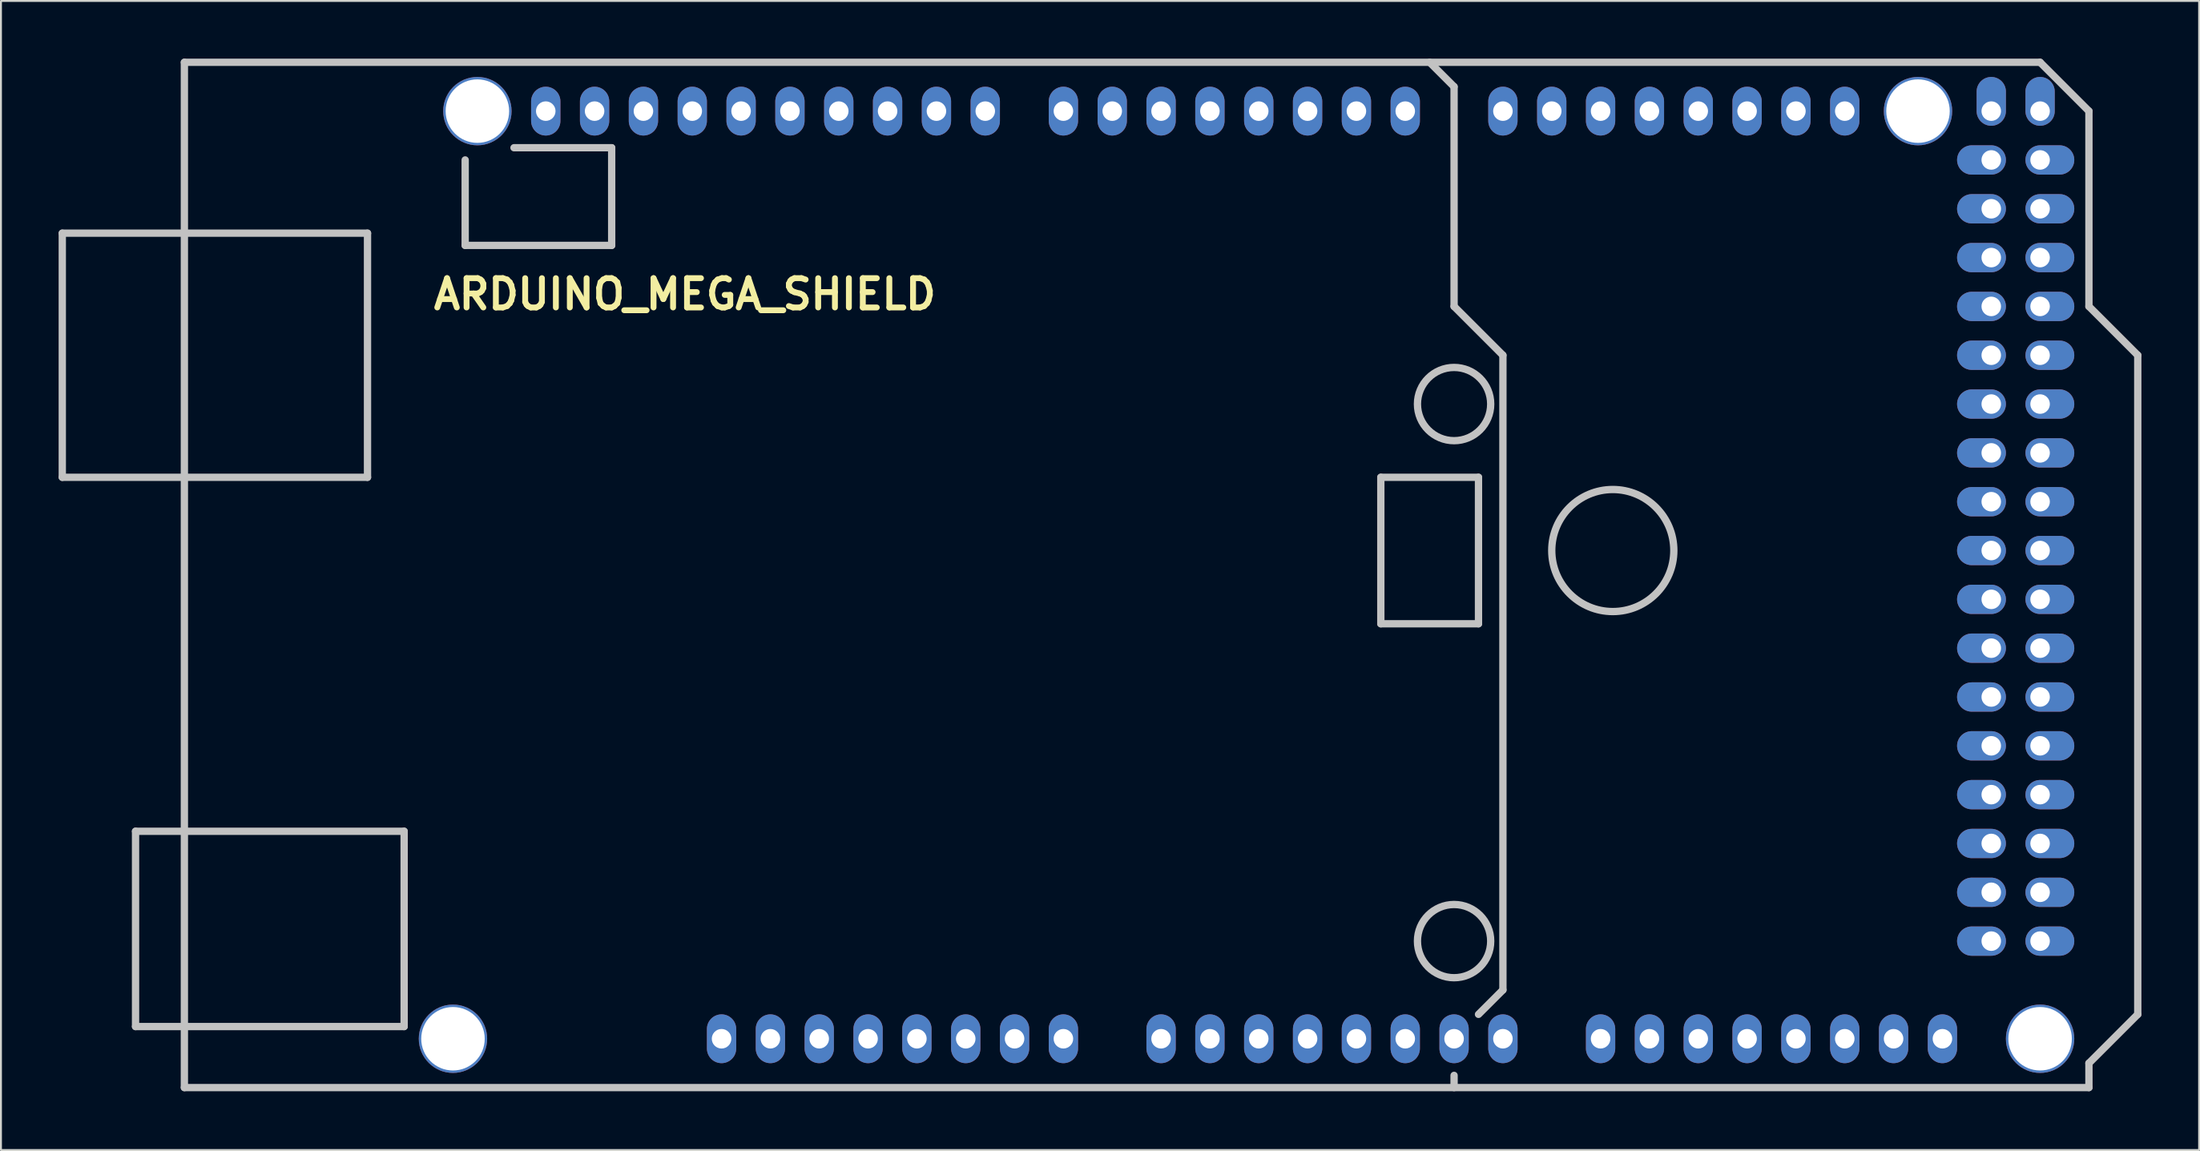
<source format=kicad_pcb>
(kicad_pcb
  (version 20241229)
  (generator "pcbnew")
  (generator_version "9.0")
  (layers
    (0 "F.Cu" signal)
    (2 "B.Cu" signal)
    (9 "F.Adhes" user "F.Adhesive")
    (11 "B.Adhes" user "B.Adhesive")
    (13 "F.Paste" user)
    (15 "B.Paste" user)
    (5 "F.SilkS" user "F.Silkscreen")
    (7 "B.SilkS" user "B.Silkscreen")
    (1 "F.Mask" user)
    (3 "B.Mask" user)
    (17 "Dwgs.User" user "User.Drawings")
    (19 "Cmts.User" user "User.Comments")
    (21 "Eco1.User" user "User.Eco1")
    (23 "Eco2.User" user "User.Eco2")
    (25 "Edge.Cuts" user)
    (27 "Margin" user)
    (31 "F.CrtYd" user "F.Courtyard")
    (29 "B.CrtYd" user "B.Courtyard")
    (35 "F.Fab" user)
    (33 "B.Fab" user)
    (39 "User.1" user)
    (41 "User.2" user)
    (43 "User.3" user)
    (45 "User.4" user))
  (footprint "ARDUINO_MEGA_SHIELD"
    (layer "F.Cu")
    (at 6.54 53.531)
    (property "Reference" "ARDUINO_MEGA_SHIELD" (at 26.035 -41.275 0) (layer "F.SilkS") (effects (font (size 1.524 1.524) (thickness 0.305))))
    (attr through_hole)
    (fp_line (start -6.35 -44.45) (end 9.525 -44.45) (stroke (width 0.381) (type solid)) (layer "Dwgs.User"))
    (fp_line (start -6.35 -31.75) (end -6.35 -44.45) (stroke (width 0.381) (type solid)) (layer "Dwgs.User"))
    (fp_line (start -2.54 -13.335) (end 11.43 -13.335) (stroke (width 0.381) (type solid)) (layer "Dwgs.User"))
    (fp_line (start -2.54 -3.175) (end -2.54 -13.335) (stroke (width 0.381) (type solid)) (layer "Dwgs.User"))
    (fp_line (start 0 -53.34) (end 96.52 -53.34) (stroke (width 0.381) (type solid)) (layer "Dwgs.User"))
    (fp_line (start 0 0) (end 0 -53.34) (stroke (width 0.381) (type solid)) (layer "Dwgs.User"))
    (fp_line (start 9.525 -44.45) (end 9.525 -31.75) (stroke (width 0.381) (type solid)) (layer "Dwgs.User"))
    (fp_line (start 9.525 -31.75) (end -6.35 -31.75) (stroke (width 0.381) (type solid)) (layer "Dwgs.User"))
    (fp_line (start 11.43 -13.335) (end 11.43 -3.175) (stroke (width 0.381) (type solid)) (layer "Dwgs.User"))
    (fp_line (start 11.43 -3.175) (end -2.54 -3.175) (stroke (width 0.381) (type solid)) (layer "Dwgs.User"))
    (fp_line (start 14.605 -43.815) (end 14.605 -48.26) (stroke (width 0.381) (type solid)) (layer "Dwgs.User"))
    (fp_line (start 17.145 -48.895) (end 22.225 -48.895) (stroke (width 0.381) (type solid)) (layer "Dwgs.User"))
    (fp_line (start 22.225 -48.895) (end 22.225 -43.815) (stroke (width 0.381) (type solid)) (layer "Dwgs.User"))
    (fp_line (start 22.225 -43.815) (end 14.605 -43.815) (stroke (width 0.381) (type solid)) (layer "Dwgs.User"))
    (fp_line (start 62.23 -31.75) (end 62.23 -24.13) (stroke (width 0.381) (type solid)) (layer "Dwgs.User"))
    (fp_line (start 62.23 -24.13) (end 67.31 -24.13) (stroke (width 0.381) (type solid)) (layer "Dwgs.User"))
    (fp_line (start 64.77 -53.34) (end 66.04 -52.07) (stroke (width 0.381) (type solid)) (layer "Dwgs.User"))
    (fp_line (start 66.04 -52.07) (end 66.04 -40.64) (stroke (width 0.381) (type solid)) (layer "Dwgs.User"))
    (fp_line (start 66.04 -40.64) (end 68.58 -38.1) (stroke (width 0.381) (type solid)) (layer "Dwgs.User"))
    (fp_line (start 66.04 -0.635) (end 66.04 0) (stroke (width 0.381) (type solid)) (layer "Dwgs.User"))
    (fp_line (start 67.31 -31.75) (end 62.23 -31.75) (stroke (width 0.381) (type solid)) (layer "Dwgs.User"))
    (fp_line (start 67.31 -24.13) (end 67.31 -31.75) (stroke (width 0.381) (type solid)) (layer "Dwgs.User"))
    (fp_line (start 67.31 -3.81) (end 68.58 -5.08) (stroke (width 0.381) (type solid)) (layer "Dwgs.User"))
    (fp_line (start 68.58 -38.1) (end 68.58 -5.08) (stroke (width 0.381) (type solid)) (layer "Dwgs.User"))
    (fp_line (start 96.52 -53.34) (end 99.06 -50.8) (stroke (width 0.381) (type solid)) (layer "Dwgs.User"))
    (fp_line (start 99.06 -50.8) (end 99.06 -40.64) (stroke (width 0.381) (type solid)) (layer "Dwgs.User"))
    (fp_line (start 99.06 -40.64) (end 101.6 -38.1) (stroke (width 0.381) (type solid)) (layer "Dwgs.User"))
    (fp_line (start 99.06 -1.27) (end 99.06 0) (stroke (width 0.381) (type solid)) (layer "Dwgs.User"))
    (fp_line (start 99.06 0) (end 0 0) (stroke (width 0.381) (type solid)) (layer "Dwgs.User"))
    (fp_line (start 101.6 -38.1) (end 101.6 -3.81) (stroke (width 0.381) (type solid)) (layer "Dwgs.User"))
    (fp_line (start 101.6 -3.81) (end 99.06 -1.27) (stroke (width 0.381) (type solid)) (layer "Dwgs.User"))
    (fp_circle (center 66.04 -35.56) (end 66.04 -37.465) (stroke (width 0.381) (type solid)) (fill no) (layer "Dwgs.User"))
    (fp_circle (center 66.04 -7.62) (end 66.04 -9.525) (stroke (width 0.381) (type solid)) (fill no) (layer "Dwgs.User"))
    (fp_circle (center 74.295 -27.94) (end 74.295 -31.115) (stroke (width 0.381) (type solid)) (fill no) (layer "Dwgs.User"))
    (pad "" thru_hole circle (at 13.97 -2.54) (size 3.556 3.556) (drill 3.302) (layers "*.Cu" "*.Mask"))
    (pad "" thru_hole circle (at 15.24 -50.8) (size 3.556 3.556) (drill 3.302) (layers "*.Cu" "*.Mask"))
    (pad "" thru_hole circle (at 90.17 -50.8) (size 3.556 3.556) (drill 3.302) (layers "*.Cu" "*.Mask"))
    (pad "" thru_hole circle (at 96.52 -2.54) (size 3.556 3.556) (drill 3.302) (layers "*.Cu" "*.Mask"))
    (pad "0" thru_hole oval (at 63.5 -50.8 90) (size 2.54 1.524) (drill 1.016) (layers "*.Cu" "*.Mask"))
    (pad "1" thru_hole oval (at 60.96 -50.8 90) (size 2.54 1.524) (drill 1.016) (layers "*.Cu" "*.Mask"))
    (pad "2" thru_hole oval (at 58.42 -50.8 90) (size 2.54 1.524) (drill 1.016) (layers "*.Cu" "*.Mask"))
    (pad "3" thru_hole oval (at 55.88 -50.8 90) (size 2.54 1.524) (drill 1.016) (layers "*.Cu" "*.Mask"))
    (pad "3V3" thru_hole oval (at 35.56 -2.54 90) (size 2.54 1.524) (drill 1.016) (layers "*.Cu" "*.Mask"))
    (pad "4" thru_hole oval (at 53.34 -50.8 90) (size 2.54 1.524) (drill 1.016) (layers "*.Cu" "*.Mask"))
    (pad "5" thru_hole oval (at 50.8 -50.8 90) (size 2.54 1.524) (drill 1.016) (layers "*.Cu" "*.Mask"))
    (pad "5V_1" thru_hole oval (at 38.1 -2.54 90) (size 2.54 1.524) (drill 1.016) (layers "*.Cu" "*.Mask"))
    (pad "5V_4" thru_hole oval (at 93.98 -50.8 90) (size 2.54 1.524) (drill 1.016 (offset 0.508 0)) (layers "*.Cu" "*.Mask"))
    (pad "5V_5" thru_hole oval (at 96.52 -50.8 90) (size 2.54 1.524) (drill 1.016 (offset 0.508 0)) (layers "*.Cu" "*.Mask"))
    (pad "6" thru_hole oval (at 48.26 -50.8 90) (size 2.54 1.524) (drill 1.016) (layers "*.Cu" "*.Mask"))
    (pad "7" thru_hole oval (at 45.72 -50.8 90) (size 2.54 1.524) (drill 1.016) (layers "*.Cu" "*.Mask"))
    (pad "8" thru_hole oval (at 41.656 -50.8 90) (size 2.54 1.524) (drill 1.016) (layers "*.Cu" "*.Mask"))
    (pad "9" thru_hole oval (at 39.116 -50.8 90) (size 2.54 1.524) (drill 1.016) (layers "*.Cu" "*.Mask"))
    (pad "10" thru_hole oval (at 36.576 -50.8 90) (size 2.54 1.524) (drill 1.016) (layers "*.Cu" "*.Mask"))
    (pad "11" thru_hole oval (at 34.036 -50.8 90) (size 2.54 1.524) (drill 1.016) (layers "*.Cu" "*.Mask"))
    (pad "12" thru_hole oval (at 31.496 -50.8 90) (size 2.54 1.524) (drill 1.016) (layers "*.Cu" "*.Mask"))
    (pad "13" thru_hole oval (at 28.956 -50.8 90) (size 2.54 1.524) (drill 1.016) (layers "*.Cu" "*.Mask"))
    (pad "14" thru_hole oval (at 68.58 -50.8 90) (size 2.54 1.524) (drill 1.016) (layers "*.Cu" "*.Mask"))
    (pad "15" thru_hole oval (at 71.12 -50.8 90) (size 2.54 1.524) (drill 1.016) (layers "*.Cu" "*.Mask"))
    (pad "16" thru_hole oval (at 73.66 -50.8 90) (size 2.54 1.524) (drill 1.016) (layers "*.Cu" "*.Mask"))
    (pad "17" thru_hole oval (at 76.2 -50.8 90) (size 2.54 1.524) (drill 1.016) (layers "*.Cu" "*.Mask"))
    (pad "18" thru_hole oval (at 78.74 -50.8 90) (size 2.54 1.524) (drill 1.016) (layers "*.Cu" "*.Mask"))
    (pad "19" thru_hole oval (at 81.28 -50.8 90) (size 2.54 1.524) (drill 1.016) (layers "*.Cu" "*.Mask"))
    (pad "20" thru_hole oval (at 83.82 -50.8 90) (size 2.54 1.524) (drill 1.016) (layers "*.Cu" "*.Mask"))
    (pad "20B" thru_hole oval (at 21.336 -50.8 90) (size 2.54 1.524) (drill 1.016) (layers "*.Cu" "*.Mask"))
    (pad "21" thru_hole oval (at 86.36 -50.8 90) (size 2.54 1.524) (drill 1.016) (layers "*.Cu" "*.Mask"))
    (pad "21B" thru_hole oval (at 18.796 -50.8 90) (size 2.54 1.524) (drill 1.016) (layers "*.Cu" "*.Mask"))
    (pad "22" thru_hole oval (at 93.98 -48.26 90) (size 1.524 2.54) (drill 1.016 (offset 0 -0.508)) (layers "*.Cu" "*.Mask"))
    (pad "23" thru_hole oval (at 96.52 -48.26 90) (size 1.524 2.54) (drill 1.016 (offset 0 0.508)) (layers "*.Cu" "*.Mask"))
    (pad "24" thru_hole oval (at 93.98 -45.72 90) (size 1.524 2.54) (drill 1.016 (offset 0 -0.508)) (layers "*.Cu" "*.Mask"))
    (pad "25" thru_hole oval (at 96.52 -45.72 90) (size 1.524 2.54) (drill 1.016 (offset 0 0.508)) (layers "*.Cu" "*.Mask"))
    (pad "26" thru_hole oval (at 93.98 -43.18 90) (size 1.524 2.54) (drill 1.016 (offset 0 -0.508)) (layers "*.Cu" "*.Mask"))
    (pad "27" thru_hole oval (at 96.52 -43.18 90) (size 1.524 2.54) (drill 1.016 (offset 0 0.508)) (layers "*.Cu" "*.Mask"))
    (pad "28" thru_hole oval (at 93.98 -40.64 90) (size 1.524 2.54) (drill 1.016 (offset 0 -0.508)) (layers "*.Cu" "*.Mask"))
    (pad "29" thru_hole oval (at 96.52 -40.64 90) (size 1.524 2.54) (drill 1.016 (offset 0 0.508)) (layers "*.Cu" "*.Mask"))
    (pad "30" thru_hole oval (at 93.98 -38.1 90) (size 1.524 2.54) (drill 1.016 (offset 0 -0.508)) (layers "*.Cu" "*.Mask"))
    (pad "31" thru_hole oval (at 96.52 -38.1 90) (size 1.524 2.54) (drill 1.016 (offset 0 0.508)) (layers "*.Cu" "*.Mask"))
    (pad "32" thru_hole oval (at 93.98 -35.56 90) (size 1.524 2.54) (drill 1.016 (offset 0 -0.508)) (layers "*.Cu" "*.Mask"))
    (pad "33" thru_hole oval (at 96.52 -35.56 90) (size 1.524 2.54) (drill 1.016 (offset 0 0.508)) (layers "*.Cu" "*.Mask"))
    (pad "34" thru_hole oval (at 93.98 -33.02 90) (size 1.524 2.54) (drill 1.016 (offset 0 -0.508)) (layers "*.Cu" "*.Mask"))
    (pad "35" thru_hole oval (at 96.52 -33.02 90) (size 1.524 2.54) (drill 1.016 (offset 0 0.508)) (layers "*.Cu" "*.Mask"))
    (pad "36" thru_hole oval (at 93.98 -30.48 90) (size 1.524 2.54) (drill 1.016 (offset 0 -0.508)) (layers "*.Cu" "*.Mask"))
    (pad "37" thru_hole oval (at 96.52 -30.48 90) (size 1.524 2.54) (drill 1.016 (offset 0 0.508)) (layers "*.Cu" "*.Mask"))
    (pad "38" thru_hole oval (at 93.98 -27.94 90) (size 1.524 2.54) (drill 1.016 (offset 0 -0.508)) (layers "*.Cu" "*.Mask"))
    (pad "39" thru_hole oval (at 96.52 -27.94 90) (size 1.524 2.54) (drill 1.016 (offset 0 0.508)) (layers "*.Cu" "*.Mask"))
    (pad "40" thru_hole oval (at 93.98 -25.4 90) (size 1.524 2.54) (drill 1.016 (offset 0 -0.508)) (layers "*.Cu" "*.Mask"))
    (pad "41" thru_hole oval (at 96.52 -25.4 90) (size 1.524 2.54) (drill 1.016 (offset 0 0.508)) (layers "*.Cu" "*.Mask"))
    (pad "42" thru_hole oval (at 93.98 -22.86 90) (size 1.524 2.54) (drill 1.016 (offset 0 -0.508)) (layers "*.Cu" "*.Mask"))
    (pad "43" thru_hole oval (at 96.52 -22.86 90) (size 1.524 2.54) (drill 1.016 (offset 0 0.508)) (layers "*.Cu" "*.Mask"))
    (pad "44" thru_hole oval (at 93.98 -20.32 90) (size 1.524 2.54) (drill 1.016 (offset 0 -0.508)) (layers "*.Cu" "*.Mask"))
    (pad "45" thru_hole oval (at 96.52 -20.32 90) (size 1.524 2.54) (drill 1.016 (offset 0 0.508)) (layers "*.Cu" "*.Mask"))
    (pad "46" thru_hole oval (at 93.98 -17.78 90) (size 1.524 2.54) (drill 1.016 (offset 0 -0.508)) (layers "*.Cu" "*.Mask"))
    (pad "47" thru_hole oval (at 96.52 -17.78 90) (size 1.524 2.54) (drill 1.016 (offset 0 0.508)) (layers "*.Cu" "*.Mask"))
    (pad "48" thru_hole oval (at 93.98 -15.24 90) (size 1.524 2.54) (drill 1.016 (offset 0 -0.508)) (layers "*.Cu" "*.Mask"))
    (pad "49" thru_hole oval (at 96.52 -15.24 90) (size 1.524 2.54) (drill 1.016 (offset 0 0.508)) (layers "*.Cu" "*.Mask"))
    (pad "50" thru_hole oval (at 93.98 -12.7 90) (size 1.524 2.54) (drill 1.016 (offset 0 -0.508)) (layers "*.Cu" "*.Mask"))
    (pad "51" thru_hole oval (at 96.52 -12.7 90) (size 1.524 2.54) (drill 1.016 (offset 0 0.508)) (layers "*.Cu" "*.Mask"))
    (pad "52" thru_hole oval (at 93.98 -10.16 90) (size 1.524 2.54) (drill 1.016 (offset 0 -0.508)) (layers "*.Cu" "*.Mask"))
    (pad "53" thru_hole oval (at 96.52 -10.16 90) (size 1.524 2.54) (drill 1.016 (offset 0 0.508)) (layers "*.Cu" "*.Mask"))
    (pad "A0" thru_hole oval (at 50.8 -2.54 90) (size 2.54 1.524) (drill 1.016) (layers "*.Cu" "*.Mask"))
    (pad "A1" thru_hole oval (at 53.34 -2.54 90) (size 2.54 1.524) (drill 1.016) (layers "*.Cu" "*.Mask"))
    (pad "A2" thru_hole oval (at 55.88 -2.54 90) (size 2.54 1.524) (drill 1.016) (layers "*.Cu" "*.Mask"))
    (pad "A3" thru_hole oval (at 58.42 -2.54 90) (size 2.54 1.524) (drill 1.016) (layers "*.Cu" "*.Mask"))
    (pad "A4" thru_hole oval (at 60.96 -2.54 90) (size 2.54 1.524) (drill 1.016) (layers "*.Cu" "*.Mask"))
    (pad "A5" thru_hole oval (at 63.5 -2.54 90) (size 2.54 1.524) (drill 1.016) (layers "*.Cu" "*.Mask"))
    (pad "A6" thru_hole oval (at 66.04 -2.54 90) (size 2.54 1.524) (drill 1.016) (layers "*.Cu" "*.Mask"))
    (pad "A7" thru_hole oval (at 68.58 -2.54 90) (size 2.54 1.524) (drill 1.016) (layers "*.Cu" "*.Mask"))
    (pad "A8" thru_hole oval (at 73.66 -2.54 90) (size 2.54 1.524) (drill 1.016) (layers "*.Cu" "*.Mask"))
    (pad "A9" thru_hole oval (at 76.2 -2.54 90) (size 2.54 1.524) (drill 1.016) (layers "*.Cu" "*.Mask"))
    (pad "A10" thru_hole oval (at 78.74 -2.54 90) (size 2.54 1.524) (drill 1.016) (layers "*.Cu" "*.Mask"))
    (pad "A11" thru_hole oval (at 81.28 -2.54 90) (size 2.54 1.524) (drill 1.016) (layers "*.Cu" "*.Mask"))
    (pad "A12" thru_hole oval (at 83.82 -2.54 90) (size 2.54 1.524) (drill 1.016) (layers "*.Cu" "*.Mask"))
    (pad "A13" thru_hole oval (at 86.36 -2.54 90) (size 2.54 1.524) (drill 1.016) (layers "*.Cu" "*.Mask"))
    (pad "A14" thru_hole oval (at 88.9 -2.54 90) (size 2.54 1.524) (drill 1.016) (layers "*.Cu" "*.Mask"))
    (pad "A15" thru_hole oval (at 91.44 -2.54 90) (size 2.54 1.524) (drill 1.016) (layers "*.Cu" "*.Mask"))
    (pad "AREF" thru_hole oval (at 23.876 -50.8 90) (size 2.54 1.524) (drill 1.016) (layers "*.Cu" "*.Mask"))
    (pad "GND1" thru_hole oval (at 40.64 -2.54 90) (size 2.54 1.524) (drill 1.016) (layers "*.Cu" "*.Mask"))
    (pad "GND2" thru_hole oval (at 43.18 -2.54 90) (size 2.54 1.524) (drill 1.016) (layers "*.Cu" "*.Mask"))
    (pad "GND3" thru_hole oval (at 26.416 -50.8 90) (size 2.54 1.524) (drill 1.016) (layers "*.Cu" "*.Mask"))
    (pad "GND4" thru_hole oval (at 93.98 -7.62 90) (size 1.524 2.54) (drill 1.016 (offset 0 -0.508)) (layers "*.Cu" "*.Mask"))
    (pad "GND5" thru_hole oval (at 96.52 -7.62 90) (size 1.524 2.54) (drill 1.016 (offset 0 0.508)) (layers "*.Cu" "*.Mask"))
    (pad "IREF" thru_hole oval (at 30.48 -2.54 90) (size 2.54 1.524) (drill 1.016) (layers "*.Cu" "*.Mask"))
    (pad "NC" thru_hole oval (at 27.94 -2.54 90) (size 2.54 1.524) (drill 1.016) (layers "*.Cu" "*.Mask"))
    (pad "RST" thru_hole oval (at 33.02 -2.54 90) (size 2.54 1.524) (drill 1.016) (layers "*.Cu" "*.Mask"))
    (pad "V_IN" thru_hole oval (at 45.72 -2.54 90) (size 2.54 1.524) (drill 1.016) (layers "*.Cu" "*.Mask")))
  (gr_rect
    (start -3 -3)
    (end 111.331 56.781)
    (stroke (width 0.1) (type default))
    (fill no)
    (layer "Edge.Cuts")))
</source>
